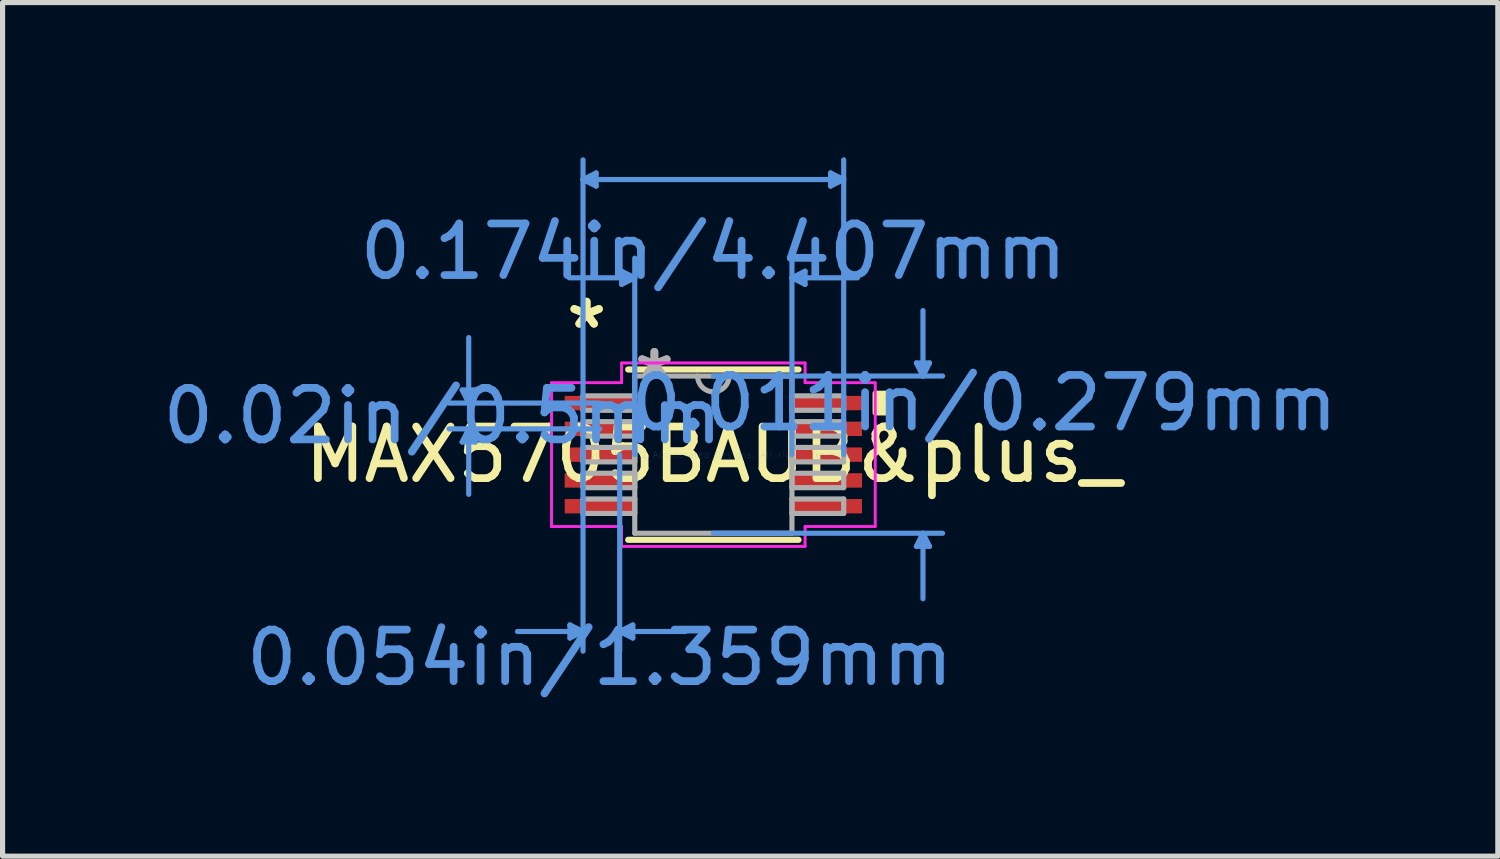
<source format=kicad_pcb>
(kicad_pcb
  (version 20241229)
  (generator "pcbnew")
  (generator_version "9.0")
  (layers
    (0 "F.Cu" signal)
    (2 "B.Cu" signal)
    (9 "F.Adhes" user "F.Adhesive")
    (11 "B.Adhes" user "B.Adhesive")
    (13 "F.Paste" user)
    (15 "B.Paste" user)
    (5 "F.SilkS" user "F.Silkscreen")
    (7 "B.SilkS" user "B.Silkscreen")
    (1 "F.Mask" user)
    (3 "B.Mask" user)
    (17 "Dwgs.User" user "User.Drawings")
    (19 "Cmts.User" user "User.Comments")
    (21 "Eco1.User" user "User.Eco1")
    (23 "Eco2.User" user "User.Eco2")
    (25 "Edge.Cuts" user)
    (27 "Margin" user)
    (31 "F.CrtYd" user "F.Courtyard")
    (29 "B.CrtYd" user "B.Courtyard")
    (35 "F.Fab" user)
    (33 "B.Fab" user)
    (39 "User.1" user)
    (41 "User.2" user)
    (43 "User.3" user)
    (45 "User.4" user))
  (footprint "MAX5705BAUB&plus_"
    (layer "F.Cu")
    (at 10.781 5.765)
    (property "Reference" "MAX5705BAUB&plus_" (at 0 0 0) (layer "F.SilkS") (effects (font (size 1 1) (thickness 0.15))))
    (attr through_hole)
    (fp_line (start -1.651 1.651) (end 1.651 1.651) (stroke (width 0.12) (type solid)) (layer "F.SilkS"))
    (fp_line (start 1.651 -1.651) (end -1.651 -1.651) (stroke (width 0.12) (type solid)) (layer "F.SilkS"))
    (fp_poly (pts (xy 3.391 -1.191) (xy 3.391 -0.81) (xy 3.137 -0.81) (xy 3.137 -1.191)) (stroke (width 0.1) (type solid)) (fill yes) (layer "F.SilkS"))
    (fp_line (start -4.87 -1.254) (end -4.616 -1.254) (stroke (width 0.1) (type solid)) (layer "Cmts.User"))
    (fp_line (start -4.87 -0.246) (end -4.616 -0.246) (stroke (width 0.1) (type solid)) (layer "Cmts.User"))
    (fp_line (start -4.743 -1) (end -4.87 -1.254) (stroke (width 0.1) (type solid)) (layer "Cmts.User"))
    (fp_line (start -4.743 -1) (end -4.743 -2.27) (stroke (width 0.1) (type solid)) (layer "Cmts.User"))
    (fp_line (start -4.743 -1) (end -4.616 -1.254) (stroke (width 0.1) (type solid)) (layer "Cmts.User"))
    (fp_line (start -4.743 -0.5) (end -4.87 -0.246) (stroke (width 0.1) (type solid)) (layer "Cmts.User"))
    (fp_line (start -4.743 -0.5) (end -4.743 0.77) (stroke (width 0.1) (type solid)) (layer "Cmts.User"))
    (fp_line (start -4.743 -0.5) (end -4.616 -0.246) (stroke (width 0.1) (type solid)) (layer "Cmts.User"))
    (fp_line (start -2.781 3.302) (end -2.781 3.556) (stroke (width 0.1) (type solid)) (layer "Cmts.User"))
    (fp_line (start -2.527 -5.334) (end -2.273 -5.461) (stroke (width 0.1) (type solid)) (layer "Cmts.User"))
    (fp_line (start -2.527 -5.334) (end -2.273 -5.207) (stroke (width 0.1) (type solid)) (layer "Cmts.User"))
    (fp_line (start -2.527 -5.334) (end 2.527 -5.334) (stroke (width 0.1) (type solid)) (layer "Cmts.User"))
    (fp_line (start -2.527 0) (end -2.527 -5.715) (stroke (width 0.1) (type solid)) (layer "Cmts.User"))
    (fp_line (start -2.527 0) (end -2.527 3.81) (stroke (width 0.1) (type solid)) (layer "Cmts.User"))
    (fp_line (start -2.527 3.429) (end -3.797 3.429) (stroke (width 0.1) (type solid)) (layer "Cmts.User"))
    (fp_line (start -2.527 3.429) (end -2.781 3.302) (stroke (width 0.1) (type solid)) (layer "Cmts.User"))
    (fp_line (start -2.527 3.429) (end -2.781 3.556) (stroke (width 0.1) (type solid)) (layer "Cmts.User"))
    (fp_line (start -2.273 -5.461) (end -2.273 -5.207) (stroke (width 0.1) (type solid)) (layer "Cmts.User"))
    (fp_line (start -2.203 -1) (end -5.124 -1) (stroke (width 0.1) (type solid)) (layer "Cmts.User"))
    (fp_line (start -2.203 -0.5) (end -5.124 -0.5) (stroke (width 0.1) (type solid)) (layer "Cmts.User"))
    (fp_line (start -1.816 0) (end -1.816 3.81) (stroke (width 0.1) (type solid)) (layer "Cmts.User"))
    (fp_line (start -1.816 3.429) (end -1.562 3.302) (stroke (width 0.1) (type solid)) (layer "Cmts.User"))
    (fp_line (start -1.816 3.429) (end -1.562 3.556) (stroke (width 0.1) (type solid)) (layer "Cmts.User"))
    (fp_line (start -1.816 3.429) (end -0.546 3.429) (stroke (width 0.1) (type solid)) (layer "Cmts.User"))
    (fp_line (start -1.778 -3.556) (end -1.778 -3.302) (stroke (width 0.1) (type solid)) (layer "Cmts.User"))
    (fp_line (start -1.562 3.302) (end -1.562 3.556) (stroke (width 0.1) (type solid)) (layer "Cmts.User"))
    (fp_line (start -1.524 -3.429) (end -2.794 -3.429) (stroke (width 0.1) (type solid)) (layer "Cmts.User"))
    (fp_line (start -1.524 -3.429) (end -1.778 -3.556) (stroke (width 0.1) (type solid)) (layer "Cmts.User"))
    (fp_line (start -1.524 -3.429) (end -1.778 -3.302) (stroke (width 0.1) (type solid)) (layer "Cmts.User"))
    (fp_line (start -1.524 0) (end -1.524 -3.81) (stroke (width 0.1) (type solid)) (layer "Cmts.User"))
    (fp_line (start 0 -1.524) (end 4.445 -1.524) (stroke (width 0.1) (type solid)) (layer "Cmts.User"))
    (fp_line (start 0 1.524) (end 4.445 1.524) (stroke (width 0.1) (type solid)) (layer "Cmts.User"))
    (fp_line (start 1.524 -3.429) (end 1.778 -3.556) (stroke (width 0.1) (type solid)) (layer "Cmts.User"))
    (fp_line (start 1.524 -3.429) (end 1.778 -3.302) (stroke (width 0.1) (type solid)) (layer "Cmts.User"))
    (fp_line (start 1.524 -3.429) (end 2.794 -3.429) (stroke (width 0.1) (type solid)) (layer "Cmts.User"))
    (fp_line (start 1.524 0) (end 1.524 -3.81) (stroke (width 0.1) (type solid)) (layer "Cmts.User"))
    (fp_line (start 1.778 -3.556) (end 1.778 -3.302) (stroke (width 0.1) (type solid)) (layer "Cmts.User"))
    (fp_line (start 2.273 -5.461) (end 2.273 -5.207) (stroke (width 0.1) (type solid)) (layer "Cmts.User"))
    (fp_line (start 2.527 -5.334) (end 2.273 -5.461) (stroke (width 0.1) (type solid)) (layer "Cmts.User"))
    (fp_line (start 2.527 -5.334) (end 2.273 -5.207) (stroke (width 0.1) (type solid)) (layer "Cmts.User"))
    (fp_line (start 2.527 0) (end 2.527 -5.715) (stroke (width 0.1) (type solid)) (layer "Cmts.User"))
    (fp_line (start 3.937 -1.778) (end 4.191 -1.778) (stroke (width 0.1) (type solid)) (layer "Cmts.User"))
    (fp_line (start 3.937 1.778) (end 4.191 1.778) (stroke (width 0.1) (type solid)) (layer "Cmts.User"))
    (fp_line (start 4.064 -1.524) (end 3.937 -1.778) (stroke (width 0.1) (type solid)) (layer "Cmts.User"))
    (fp_line (start 4.064 -1.524) (end 4.064 -2.794) (stroke (width 0.1) (type solid)) (layer "Cmts.User"))
    (fp_line (start 4.064 -1.524) (end 4.191 -1.778) (stroke (width 0.1) (type solid)) (layer "Cmts.User"))
    (fp_line (start 4.064 1.524) (end 3.937 1.778) (stroke (width 0.1) (type solid)) (layer "Cmts.User"))
    (fp_line (start 4.064 1.524) (end 4.064 2.794) (stroke (width 0.1) (type solid)) (layer "Cmts.User"))
    (fp_line (start 4.064 1.524) (end 4.191 1.778) (stroke (width 0.1) (type solid)) (layer "Cmts.User"))
    (fp_line (start -3.137 -1.394) (end -1.778 -1.394) (stroke (width 0.05) (type solid)) (layer "F.CrtYd"))
    (fp_line (start -3.137 -1.394) (end -1.778 -1.394) (stroke (width 0.05) (type solid)) (layer "F.CrtYd"))
    (fp_line (start -3.137 1.394) (end -3.137 -1.394) (stroke (width 0.05) (type solid)) (layer "F.CrtYd"))
    (fp_line (start -3.137 1.394) (end -3.137 -1.394) (stroke (width 0.05) (type solid)) (layer "F.CrtYd"))
    (fp_line (start -3.137 1.394) (end -1.778 1.394) (stroke (width 0.05) (type solid)) (layer "F.CrtYd"))
    (fp_line (start -1.778 -1.778) (end 1.778 -1.778) (stroke (width 0.05) (type solid)) (layer "F.CrtYd"))
    (fp_line (start -1.778 -1.778) (end 1.778 -1.778) (stroke (width 0.05) (type solid)) (layer "F.CrtYd"))
    (fp_line (start -1.778 -1.394) (end -1.778 -1.778) (stroke (width 0.05) (type solid)) (layer "F.CrtYd"))
    (fp_line (start -1.778 -1.394) (end -1.778 -1.778) (stroke (width 0.05) (type solid)) (layer "F.CrtYd"))
    (fp_line (start -1.778 1.394) (end -3.137 1.394) (stroke (width 0.05) (type solid)) (layer "F.CrtYd"))
    (fp_line (start -1.778 1.778) (end -1.778 1.394) (stroke (width 0.05) (type solid)) (layer "F.CrtYd"))
    (fp_line (start -1.778 1.778) (end -1.778 1.394) (stroke (width 0.05) (type solid)) (layer "F.CrtYd"))
    (fp_line (start 1.778 -1.778) (end 1.778 -1.394) (stroke (width 0.05) (type solid)) (layer "F.CrtYd"))
    (fp_line (start 1.778 -1.778) (end 1.778 -1.394) (stroke (width 0.05) (type solid)) (layer "F.CrtYd"))
    (fp_line (start 1.778 -1.394) (end 3.137 -1.394) (stroke (width 0.05) (type solid)) (layer "F.CrtYd"))
    (fp_line (start 1.778 1.394) (end 1.778 1.778) (stroke (width 0.05) (type solid)) (layer "F.CrtYd"))
    (fp_line (start 1.778 1.394) (end 1.778 1.778) (stroke (width 0.05) (type solid)) (layer "F.CrtYd"))
    (fp_line (start 1.778 1.778) (end -1.778 1.778) (stroke (width 0.05) (type solid)) (layer "F.CrtYd"))
    (fp_line (start 1.778 1.778) (end -1.778 1.778) (stroke (width 0.05) (type solid)) (layer "F.CrtYd"))
    (fp_line (start 3.137 -1.394) (end 1.778 -1.394) (stroke (width 0.05) (type solid)) (layer "F.CrtYd"))
    (fp_line (start 3.137 -1.394) (end 3.137 1.394) (stroke (width 0.05) (type solid)) (layer "F.CrtYd"))
    (fp_line (start 3.137 -1.394) (end 3.137 1.394) (stroke (width 0.05) (type solid)) (layer "F.CrtYd"))
    (fp_line (start 3.137 1.394) (end 1.778 1.394) (stroke (width 0.05) (type solid)) (layer "F.CrtYd"))
    (fp_line (start 3.137 1.394) (end 1.778 1.394) (stroke (width 0.05) (type solid)) (layer "F.CrtYd"))
    (fp_line (start -2.527 -1.14) (end -2.527 -0.86) (stroke (width 0.1) (type solid)) (layer "F.Fab"))
    (fp_line (start -2.527 -0.86) (end -1.524 -0.86) (stroke (width 0.1) (type solid)) (layer "F.Fab"))
    (fp_line (start -2.527 -0.64) (end -2.527 -0.36) (stroke (width 0.1) (type solid)) (layer "F.Fab"))
    (fp_line (start -2.527 -0.36) (end -1.524 -0.36) (stroke (width 0.1) (type solid)) (layer "F.Fab"))
    (fp_line (start -2.527 -0.14) (end -2.527 0.14) (stroke (width 0.1) (type solid)) (layer "F.Fab"))
    (fp_line (start -2.527 0.14) (end -1.524 0.14) (stroke (width 0.1) (type solid)) (layer "F.Fab"))
    (fp_line (start -2.527 0.36) (end -2.527 0.64) (stroke (width 0.1) (type solid)) (layer "F.Fab"))
    (fp_line (start -2.527 0.64) (end -1.524 0.64) (stroke (width 0.1) (type solid)) (layer "F.Fab"))
    (fp_line (start -2.527 0.86) (end -2.527 1.14) (stroke (width 0.1) (type solid)) (layer "F.Fab"))
    (fp_line (start -2.527 1.14) (end -1.524 1.14) (stroke (width 0.1) (type solid)) (layer "F.Fab"))
    (fp_line (start -1.524 -1.524) (end -1.524 1.524) (stroke (width 0.1) (type solid)) (layer "F.Fab"))
    (fp_line (start -1.524 -1.14) (end -2.527 -1.14) (stroke (width 0.1) (type solid)) (layer "F.Fab"))
    (fp_line (start -1.524 -0.86) (end -1.524 -1.14) (stroke (width 0.1) (type solid)) (layer "F.Fab"))
    (fp_line (start -1.524 -0.64) (end -2.527 -0.64) (stroke (width 0.1) (type solid)) (layer "F.Fab"))
    (fp_line (start -1.524 -0.36) (end -1.524 -0.64) (stroke (width 0.1) (type solid)) (layer "F.Fab"))
    (fp_line (start -1.524 -0.14) (end -2.527 -0.14) (stroke (width 0.1) (type solid)) (layer "F.Fab"))
    (fp_line (start -1.524 0.14) (end -1.524 -0.14) (stroke (width 0.1) (type solid)) (layer "F.Fab"))
    (fp_line (start -1.524 0.36) (end -2.527 0.36) (stroke (width 0.1) (type solid)) (layer "F.Fab"))
    (fp_line (start -1.524 0.64) (end -1.524 0.36) (stroke (width 0.1) (type solid)) (layer "F.Fab"))
    (fp_line (start -1.524 0.86) (end -2.527 0.86) (stroke (width 0.1) (type solid)) (layer "F.Fab"))
    (fp_line (start -1.524 1.14) (end -1.524 0.86) (stroke (width 0.1) (type solid)) (layer "F.Fab"))
    (fp_line (start -1.524 1.524) (end 1.524 1.524) (stroke (width 0.1) (type solid)) (layer "F.Fab"))
    (fp_line (start 1.524 -1.524) (end -1.524 -1.524) (stroke (width 0.1) (type solid)) (layer "F.Fab"))
    (fp_line (start 1.524 -1.14) (end 1.524 -0.86) (stroke (width 0.1) (type solid)) (layer "F.Fab"))
    (fp_line (start 1.524 -0.86) (end 2.527 -0.86) (stroke (width 0.1) (type solid)) (layer "F.Fab"))
    (fp_line (start 1.524 -0.64) (end 1.524 -0.36) (stroke (width 0.1) (type solid)) (layer "F.Fab"))
    (fp_line (start 1.524 -0.36) (end 2.527 -0.36) (stroke (width 0.1) (type solid)) (layer "F.Fab"))
    (fp_line (start 1.524 -0.14) (end 1.524 0.14) (stroke (width 0.1) (type solid)) (layer "F.Fab"))
    (fp_line (start 1.524 0.14) (end 2.527 0.14) (stroke (width 0.1) (type solid)) (layer "F.Fab"))
    (fp_line (start 1.524 0.36) (end 1.524 0.64) (stroke (width 0.1) (type solid)) (layer "F.Fab"))
    (fp_line (start 1.524 0.64) (end 2.527 0.64) (stroke (width 0.1) (type solid)) (layer "F.Fab"))
    (fp_line (start 1.524 0.86) (end 1.524 1.14) (stroke (width 0.1) (type solid)) (layer "F.Fab"))
    (fp_line (start 1.524 1.14) (end 2.527 1.14) (stroke (width 0.1) (type solid)) (layer "F.Fab"))
    (fp_line (start 1.524 1.524) (end 1.524 -1.524) (stroke (width 0.1) (type solid)) (layer "F.Fab"))
    (fp_line (start 2.527 -1.14) (end 1.524 -1.14) (stroke (width 0.1) (type solid)) (layer "F.Fab"))
    (fp_line (start 2.527 -0.86) (end 2.527 -1.14) (stroke (width 0.1) (type solid)) (layer "F.Fab"))
    (fp_line (start 2.527 -0.64) (end 1.524 -0.64) (stroke (width 0.1) (type solid)) (layer "F.Fab"))
    (fp_line (start 2.527 -0.36) (end 2.527 -0.64) (stroke (width 0.1) (type solid)) (layer "F.Fab"))
    (fp_line (start 2.527 -0.14) (end 1.524 -0.14) (stroke (width 0.1) (type solid)) (layer "F.Fab"))
    (fp_line (start 2.527 0.14) (end 2.527 -0.14) (stroke (width 0.1) (type solid)) (layer "F.Fab"))
    (fp_line (start 2.527 0.36) (end 1.524 0.36) (stroke (width 0.1) (type solid)) (layer "F.Fab"))
    (fp_line (start 2.527 0.64) (end 2.527 0.36) (stroke (width 0.1) (type solid)) (layer "F.Fab"))
    (fp_line (start 2.527 0.86) (end 1.524 0.86) (stroke (width 0.1) (type solid)) (layer "F.Fab"))
    (fp_line (start 2.527 1.14) (end 2.527 0.86) (stroke (width 0.1) (type solid)) (layer "F.Fab"))
    (fp_arc (start 0.3048 -1.524) (mid 0 -1.2192) (end -0.3048 -1.524) (stroke (width 0.1) (type solid)) (layer "F.Fab"))
    (fp_text user "*" (at -2.457 -2.422 0) (layer "F.SilkS") (effects (font (size 1 1) (thickness 0.15))))
    (fp_text user "*" (at -2.457 -2.422 0) (layer "F.SilkS") (effects (font (size 1 1) (thickness 0.15))))
    (fp_text user "0.054in/1.359mm" (at -2.203 3.937 0) (layer "Cmts.User") (effects (font (size 1 1) (thickness 0.15))))
    (fp_text user "0.174in/4.407mm" (at 0 -3.937 0) (layer "Cmts.User") (effects (font (size 1 1) (thickness 0.15))))
    (fp_text user "0.02in/0.5mm" (at -5.251 -0.75 0) (layer "Cmts.User") (effects (font (size 1 1) (thickness 0.15))))
    (fp_text user "0.011in/0.279mm" (at 5.251 -1 0) (layer "Cmts.User") (effects (font (size 1 1) (thickness 0.15))))
    (fp_text user "Copyright 2021 Accelerated Designs. All rights reserved." (at 0 0 0) (layer "Cmts.User") (effects (font (size 0.127 0.127) (thickness 0.002))))
    (fp_text user "*" (at -1.143 -1.448 0) (layer "F.Fab") (effects (font (size 1 1) (thickness 0.15))))
    (fp_text user "*" (at -1.143 -1.448 0) (layer "F.Fab") (effects (font (size 1 1) (thickness 0.15))))
    (pad "1" smd rect (at -2.203 -1) (size 1.359 0.279) (layers "F.Cu" "F.Mask" "F.Paste"))
    (pad "2" smd rect (at -2.203 -0.5) (size 1.359 0.279) (layers "F.Cu" "F.Mask" "F.Paste"))
    (pad "3" smd rect (at -2.203 0) (size 1.359 0.279) (layers "F.Cu" "F.Mask" "F.Paste"))
    (pad "4" smd rect (at -2.203 0.5) (size 1.359 0.279) (layers "F.Cu" "F.Mask" "F.Paste"))
    (pad "5" smd rect (at -2.203 1) (size 1.359 0.279) (layers "F.Cu" "F.Mask" "F.Paste"))
    (pad "6" smd rect (at 2.203 1) (size 1.359 0.279) (layers "F.Cu" "F.Mask" "F.Paste"))
    (pad "7" smd rect (at 2.203 0.5) (size 1.359 0.279) (layers "F.Cu" "F.Mask" "F.Paste"))
    (pad "8" smd rect (at 2.203 0) (size 1.359 0.279) (layers "F.Cu" "F.Mask" "F.Paste"))
    (pad "9" smd rect (at 2.203 -0.5) (size 1.359 0.279) (layers "F.Cu" "F.Mask" "F.Paste"))
    (pad "10" smd rect (at 2.203 -1) (size 1.359 0.279) (layers "F.Cu" "F.Mask" "F.Paste")))
  (gr_rect
    (start -3 -3)
    (end 25.991 13.55)
    (stroke (width 0.1) (type default))
    (fill no)
    (layer "Edge.Cuts")))
</source>
